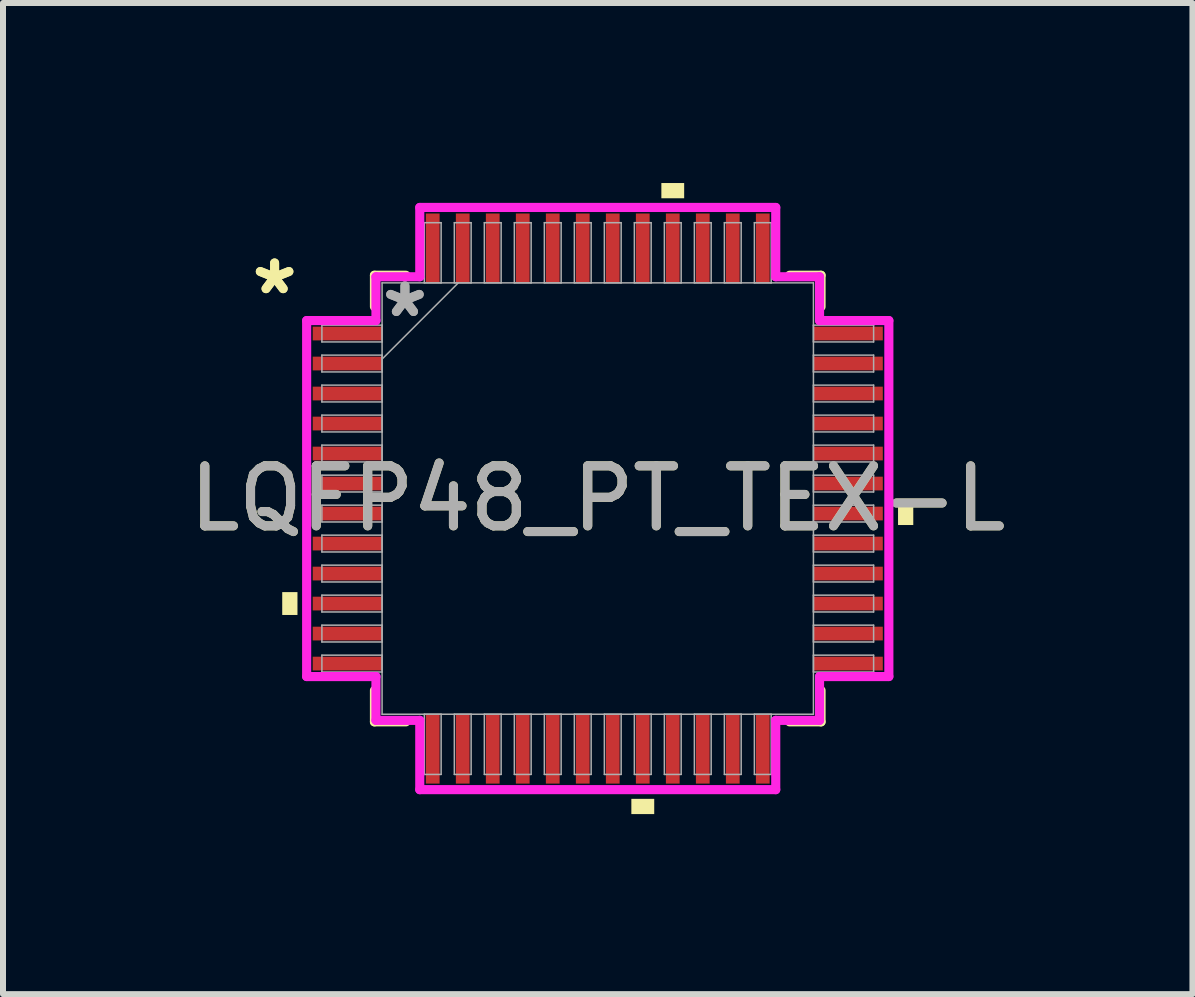
<source format=kicad_pcb>
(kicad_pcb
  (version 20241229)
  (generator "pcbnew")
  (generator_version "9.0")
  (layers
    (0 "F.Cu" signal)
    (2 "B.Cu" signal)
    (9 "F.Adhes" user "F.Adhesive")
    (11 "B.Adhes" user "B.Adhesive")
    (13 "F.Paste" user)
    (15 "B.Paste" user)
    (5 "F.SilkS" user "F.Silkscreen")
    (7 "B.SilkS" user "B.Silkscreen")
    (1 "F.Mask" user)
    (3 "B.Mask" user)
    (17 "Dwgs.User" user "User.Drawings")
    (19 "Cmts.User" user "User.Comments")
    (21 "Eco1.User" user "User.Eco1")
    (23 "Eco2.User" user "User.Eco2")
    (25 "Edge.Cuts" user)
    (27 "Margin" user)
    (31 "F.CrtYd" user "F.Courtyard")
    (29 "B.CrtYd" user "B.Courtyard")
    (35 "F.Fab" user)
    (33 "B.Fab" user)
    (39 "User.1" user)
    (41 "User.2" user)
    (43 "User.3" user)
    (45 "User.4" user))
  (footprint "LQFP48_PT_TEX-L"
    (layer "F.Cu")
    (at 6.911 5.258)
    (property "Reference" "LQFP48_PT_TEX-L" (at 0 0 0) (unlocked yes) (layer "F.SilkS") (effects (font (size 1 1) (thickness 0.15))))
    (attr smd)
    (fp_line (start -3.721 -3.721) (end -3.721 -3.197) (stroke (width 0.152) (type solid)) (layer "F.SilkS"))
    (fp_line (start -3.721 3.197) (end -3.721 3.721) (stroke (width 0.152) (type solid)) (layer "F.SilkS"))
    (fp_line (start -3.721 3.721) (end -3.197 3.721) (stroke (width 0.152) (type solid)) (layer "F.SilkS"))
    (fp_line (start -3.197 -3.721) (end -3.721 -3.721) (stroke (width 0.152) (type solid)) (layer "F.SilkS"))
    (fp_line (start 3.197 3.721) (end 3.721 3.721) (stroke (width 0.152) (type solid)) (layer "F.SilkS"))
    (fp_line (start 3.721 -3.721) (end 3.197 -3.721) (stroke (width 0.152) (type solid)) (layer "F.SilkS"))
    (fp_line (start 3.721 -3.197) (end 3.721 -3.721) (stroke (width 0.152) (type solid)) (layer "F.SilkS"))
    (fp_line (start 3.721 3.721) (end 3.721 3.197) (stroke (width 0.152) (type solid)) (layer "F.SilkS"))
    (fp_poly (pts (xy -5.258 1.559) (xy -5.258 1.94) (xy -5.004 1.94) (xy -5.004 1.559)) (stroke (width 0) (type solid)) (fill yes) (layer "F.SilkS"))
    (fp_poly (pts (xy 0.56 5.004) (xy 0.56 5.258) (xy 0.941 5.258) (xy 0.941 5.004)) (stroke (width 0) (type solid)) (fill yes) (layer "F.SilkS"))
    (fp_poly (pts (xy 1.06 -5.004) (xy 1.06 -5.258) (xy 1.44 -5.258) (xy 1.44 -5.004)) (stroke (width 0) (type solid)) (fill yes) (layer "F.SilkS"))
    (fp_poly (pts (xy 5.258 0.059) (xy 5.258 0.441) (xy 5.004 0.441) (xy 5.004 0.059)) (stroke (width 0) (type solid)) (fill yes) (layer "F.SilkS"))
    (fp_line (start -4.851 -2.966) (end -3.696 -2.966) (stroke (width 0.152) (type solid)) (layer "F.CrtYd"))
    (fp_line (start -4.851 2.966) (end -4.851 -2.966) (stroke (width 0.152) (type solid)) (layer "F.CrtYd"))
    (fp_line (start -3.696 -3.696) (end -2.966 -3.696) (stroke (width 0.152) (type solid)) (layer "F.CrtYd"))
    (fp_line (start -3.696 -2.966) (end -3.696 -3.696) (stroke (width 0.152) (type solid)) (layer "F.CrtYd"))
    (fp_line (start -3.696 2.966) (end -4.851 2.966) (stroke (width 0.152) (type solid)) (layer "F.CrtYd"))
    (fp_line (start -3.696 3.696) (end -3.696 2.966) (stroke (width 0.152) (type solid)) (layer "F.CrtYd"))
    (fp_line (start -3.696 3.696) (end -2.966 3.696) (stroke (width 0.152) (type solid)) (layer "F.CrtYd"))
    (fp_line (start -2.966 -4.851) (end 2.966 -4.851) (stroke (width 0.152) (type solid)) (layer "F.CrtYd"))
    (fp_line (start -2.966 -3.696) (end -2.966 -4.851) (stroke (width 0.152) (type solid)) (layer "F.CrtYd"))
    (fp_line (start -2.966 3.696) (end -2.966 4.851) (stroke (width 0.152) (type solid)) (layer "F.CrtYd"))
    (fp_line (start -2.966 4.851) (end 2.966 4.851) (stroke (width 0.152) (type solid)) (layer "F.CrtYd"))
    (fp_line (start 2.966 -4.851) (end 2.966 -3.696) (stroke (width 0.152) (type solid)) (layer "F.CrtYd"))
    (fp_line (start 2.966 -3.696) (end 3.696 -3.696) (stroke (width 0.152) (type solid)) (layer "F.CrtYd"))
    (fp_line (start 2.966 3.696) (end 3.696 3.696) (stroke (width 0.152) (type solid)) (layer "F.CrtYd"))
    (fp_line (start 2.966 4.851) (end 2.966 3.696) (stroke (width 0.152) (type solid)) (layer "F.CrtYd"))
    (fp_line (start 3.696 -2.966) (end 3.696 -3.696) (stroke (width 0.152) (type solid)) (layer "F.CrtYd"))
    (fp_line (start 3.696 2.966) (end 4.851 2.966) (stroke (width 0.152) (type solid)) (layer "F.CrtYd"))
    (fp_line (start 3.696 3.696) (end 3.696 2.966) (stroke (width 0.152) (type solid)) (layer "F.CrtYd"))
    (fp_line (start 4.851 -2.966) (end 3.696 -2.966) (stroke (width 0.152) (type solid)) (layer "F.CrtYd"))
    (fp_line (start 4.851 2.966) (end 4.851 -2.966) (stroke (width 0.152) (type solid)) (layer "F.CrtYd"))
    (fp_line (start -4.597 -2.89) (end -4.597 -2.61) (stroke (width 0.025) (type solid)) (layer "F.Fab"))
    (fp_line (start -4.597 -2.61) (end -3.594 -2.61) (stroke (width 0.025) (type solid)) (layer "F.Fab"))
    (fp_line (start -4.597 -2.39) (end -4.597 -2.11) (stroke (width 0.025) (type solid)) (layer "F.Fab"))
    (fp_line (start -4.597 -2.11) (end -3.594 -2.11) (stroke (width 0.025) (type solid)) (layer "F.Fab"))
    (fp_line (start -4.597 -1.89) (end -4.597 -1.61) (stroke (width 0.025) (type solid)) (layer "F.Fab"))
    (fp_line (start -4.597 -1.61) (end -3.594 -1.61) (stroke (width 0.025) (type solid)) (layer "F.Fab"))
    (fp_line (start -4.597 -1.39) (end -4.597 -1.11) (stroke (width 0.025) (type solid)) (layer "F.Fab"))
    (fp_line (start -4.597 -1.11) (end -3.594 -1.11) (stroke (width 0.025) (type solid)) (layer "F.Fab"))
    (fp_line (start -4.597 -0.89) (end -4.597 -0.61) (stroke (width 0.025) (type solid)) (layer "F.Fab"))
    (fp_line (start -4.597 -0.61) (end -3.594 -0.61) (stroke (width 0.025) (type solid)) (layer "F.Fab"))
    (fp_line (start -4.597 -0.39) (end -4.597 -0.11) (stroke (width 0.025) (type solid)) (layer "F.Fab"))
    (fp_line (start -4.597 -0.11) (end -3.594 -0.11) (stroke (width 0.025) (type solid)) (layer "F.Fab"))
    (fp_line (start -4.597 0.11) (end -4.597 0.39) (stroke (width 0.025) (type solid)) (layer "F.Fab"))
    (fp_line (start -4.597 0.39) (end -3.594 0.39) (stroke (width 0.025) (type solid)) (layer "F.Fab"))
    (fp_line (start -4.597 0.61) (end -4.597 0.89) (stroke (width 0.025) (type solid)) (layer "F.Fab"))
    (fp_line (start -4.597 0.89) (end -3.594 0.89) (stroke (width 0.025) (type solid)) (layer "F.Fab"))
    (fp_line (start -4.597 1.11) (end -4.597 1.39) (stroke (width 0.025) (type solid)) (layer "F.Fab"))
    (fp_line (start -4.597 1.39) (end -3.594 1.39) (stroke (width 0.025) (type solid)) (layer "F.Fab"))
    (fp_line (start -4.597 1.61) (end -4.597 1.89) (stroke (width 0.025) (type solid)) (layer "F.Fab"))
    (fp_line (start -4.597 1.89) (end -3.594 1.89) (stroke (width 0.025) (type solid)) (layer "F.Fab"))
    (fp_line (start -4.597 2.11) (end -4.597 2.39) (stroke (width 0.025) (type solid)) (layer "F.Fab"))
    (fp_line (start -4.597 2.39) (end -3.594 2.39) (stroke (width 0.025) (type solid)) (layer "F.Fab"))
    (fp_line (start -4.597 2.61) (end -4.597 2.89) (stroke (width 0.025) (type solid)) (layer "F.Fab"))
    (fp_line (start -4.597 2.89) (end -3.594 2.89) (stroke (width 0.025) (type solid)) (layer "F.Fab"))
    (fp_line (start -3.594 -3.594) (end -3.594 3.594) (stroke (width 0.025) (type solid)) (layer "F.Fab"))
    (fp_line (start -3.594 -2.89) (end -4.597 -2.89) (stroke (width 0.025) (type solid)) (layer "F.Fab"))
    (fp_line (start -3.594 -2.61) (end -3.594 -2.89) (stroke (width 0.025) (type solid)) (layer "F.Fab"))
    (fp_line (start -3.594 -2.39) (end -4.597 -2.39) (stroke (width 0.025) (type solid)) (layer "F.Fab"))
    (fp_line (start -3.594 -2.324) (end -2.324 -3.594) (stroke (width 0.025) (type solid)) (layer "F.Fab"))
    (fp_line (start -3.594 -2.11) (end -3.594 -2.39) (stroke (width 0.025) (type solid)) (layer "F.Fab"))
    (fp_line (start -3.594 -1.89) (end -4.597 -1.89) (stroke (width 0.025) (type solid)) (layer "F.Fab"))
    (fp_line (start -3.594 -1.61) (end -3.594 -1.89) (stroke (width 0.025) (type solid)) (layer "F.Fab"))
    (fp_line (start -3.594 -1.39) (end -4.597 -1.39) (stroke (width 0.025) (type solid)) (layer "F.Fab"))
    (fp_line (start -3.594 -1.11) (end -3.594 -1.39) (stroke (width 0.025) (type solid)) (layer "F.Fab"))
    (fp_line (start -3.594 -0.89) (end -4.597 -0.89) (stroke (width 0.025) (type solid)) (layer "F.Fab"))
    (fp_line (start -3.594 -0.61) (end -3.594 -0.89) (stroke (width 0.025) (type solid)) (layer "F.Fab"))
    (fp_line (start -3.594 -0.39) (end -4.597 -0.39) (stroke (width 0.025) (type solid)) (layer "F.Fab"))
    (fp_line (start -3.594 -0.11) (end -3.594 -0.39) (stroke (width 0.025) (type solid)) (layer "F.Fab"))
    (fp_line (start -3.594 0.11) (end -4.597 0.11) (stroke (width 0.025) (type solid)) (layer "F.Fab"))
    (fp_line (start -3.594 0.39) (end -3.594 0.11) (stroke (width 0.025) (type solid)) (layer "F.Fab"))
    (fp_line (start -3.594 0.61) (end -4.597 0.61) (stroke (width 0.025) (type solid)) (layer "F.Fab"))
    (fp_line (start -3.594 0.89) (end -3.594 0.61) (stroke (width 0.025) (type solid)) (layer "F.Fab"))
    (fp_line (start -3.594 1.11) (end -4.597 1.11) (stroke (width 0.025) (type solid)) (layer "F.Fab"))
    (fp_line (start -3.594 1.39) (end -3.594 1.11) (stroke (width 0.025) (type solid)) (layer "F.Fab"))
    (fp_line (start -3.594 1.61) (end -4.597 1.61) (stroke (width 0.025) (type solid)) (layer "F.Fab"))
    (fp_line (start -3.594 1.89) (end -3.594 1.61) (stroke (width 0.025) (type solid)) (layer "F.Fab"))
    (fp_line (start -3.594 2.11) (end -4.597 2.11) (stroke (width 0.025) (type solid)) (layer "F.Fab"))
    (fp_line (start -3.594 2.39) (end -3.594 2.11) (stroke (width 0.025) (type solid)) (layer "F.Fab"))
    (fp_line (start -3.594 2.61) (end -4.597 2.61) (stroke (width 0.025) (type solid)) (layer "F.Fab"))
    (fp_line (start -3.594 2.89) (end -3.594 2.61) (stroke (width 0.025) (type solid)) (layer "F.Fab"))
    (fp_line (start -3.594 3.594) (end 3.594 3.594) (stroke (width 0.025) (type solid)) (layer "F.Fab"))
    (fp_line (start -2.89 -4.597) (end -2.89 -3.594) (stroke (width 0.025) (type solid)) (layer "F.Fab"))
    (fp_line (start -2.89 -3.594) (end -2.61 -3.594) (stroke (width 0.025) (type solid)) (layer "F.Fab"))
    (fp_line (start -2.89 3.594) (end -2.89 4.597) (stroke (width 0.025) (type solid)) (layer "F.Fab"))
    (fp_line (start -2.89 4.597) (end -2.61 4.597) (stroke (width 0.025) (type solid)) (layer "F.Fab"))
    (fp_line (start -2.61 -4.597) (end -2.89 -4.597) (stroke (width 0.025) (type solid)) (layer "F.Fab"))
    (fp_line (start -2.61 -3.594) (end -2.61 -4.597) (stroke (width 0.025) (type solid)) (layer "F.Fab"))
    (fp_line (start -2.61 3.594) (end -2.89 3.594) (stroke (width 0.025) (type solid)) (layer "F.Fab"))
    (fp_line (start -2.61 4.597) (end -2.61 3.594) (stroke (width 0.025) (type solid)) (layer "F.Fab"))
    (fp_line (start -2.39 -4.597) (end -2.39 -3.594) (stroke (width 0.025) (type solid)) (layer "F.Fab"))
    (fp_line (start -2.39 -3.594) (end -2.11 -3.594) (stroke (width 0.025) (type solid)) (layer "F.Fab"))
    (fp_line (start -2.39 3.594) (end -2.39 4.597) (stroke (width 0.025) (type solid)) (layer "F.Fab"))
    (fp_line (start -2.39 4.597) (end -2.11 4.597) (stroke (width 0.025) (type solid)) (layer "F.Fab"))
    (fp_line (start -2.11 -4.597) (end -2.39 -4.597) (stroke (width 0.025) (type solid)) (layer "F.Fab"))
    (fp_line (start -2.11 -3.594) (end -2.11 -4.597) (stroke (width 0.025) (type solid)) (layer "F.Fab"))
    (fp_line (start -2.11 3.594) (end -2.39 3.594) (stroke (width 0.025) (type solid)) (layer "F.Fab"))
    (fp_line (start -2.11 4.597) (end -2.11 3.594) (stroke (width 0.025) (type solid)) (layer "F.Fab"))
    (fp_line (start -1.89 -4.597) (end -1.89 -3.594) (stroke (width 0.025) (type solid)) (layer "F.Fab"))
    (fp_line (start -1.89 -3.594) (end -1.61 -3.594) (stroke (width 0.025) (type solid)) (layer "F.Fab"))
    (fp_line (start -1.89 3.594) (end -1.89 4.597) (stroke (width 0.025) (type solid)) (layer "F.Fab"))
    (fp_line (start -1.89 4.597) (end -1.61 4.597) (stroke (width 0.025) (type solid)) (layer "F.Fab"))
    (fp_line (start -1.61 -4.597) (end -1.89 -4.597) (stroke (width 0.025) (type solid)) (layer "F.Fab"))
    (fp_line (start -1.61 -3.594) (end -1.61 -4.597) (stroke (width 0.025) (type solid)) (layer "F.Fab"))
    (fp_line (start -1.61 3.594) (end -1.89 3.594) (stroke (width 0.025) (type solid)) (layer "F.Fab"))
    (fp_line (start -1.61 4.597) (end -1.61 3.594) (stroke (width 0.025) (type solid)) (layer "F.Fab"))
    (fp_line (start -1.39 -4.597) (end -1.39 -3.594) (stroke (width 0.025) (type solid)) (layer "F.Fab"))
    (fp_line (start -1.39 -3.594) (end -1.11 -3.594) (stroke (width 0.025) (type solid)) (layer "F.Fab"))
    (fp_line (start -1.39 3.594) (end -1.39 4.597) (stroke (width 0.025) (type solid)) (layer "F.Fab"))
    (fp_line (start -1.39 4.597) (end -1.11 4.597) (stroke (width 0.025) (type solid)) (layer "F.Fab"))
    (fp_line (start -1.11 -4.597) (end -1.39 -4.597) (stroke (width 0.025) (type solid)) (layer "F.Fab"))
    (fp_line (start -1.11 -3.594) (end -1.11 -4.597) (stroke (width 0.025) (type solid)) (layer "F.Fab"))
    (fp_line (start -1.11 3.594) (end -1.39 3.594) (stroke (width 0.025) (type solid)) (layer "F.Fab"))
    (fp_line (start -1.11 4.597) (end -1.11 3.594) (stroke (width 0.025) (type solid)) (layer "F.Fab"))
    (fp_line (start -0.89 -4.597) (end -0.89 -3.594) (stroke (width 0.025) (type solid)) (layer "F.Fab"))
    (fp_line (start -0.89 -3.594) (end -0.61 -3.594) (stroke (width 0.025) (type solid)) (layer "F.Fab"))
    (fp_line (start -0.89 3.594) (end -0.89 4.597) (stroke (width 0.025) (type solid)) (layer "F.Fab"))
    (fp_line (start -0.89 4.597) (end -0.61 4.597) (stroke (width 0.025) (type solid)) (layer "F.Fab"))
    (fp_line (start -0.61 -4.597) (end -0.89 -4.597) (stroke (width 0.025) (type solid)) (layer "F.Fab"))
    (fp_line (start -0.61 -3.594) (end -0.61 -4.597) (stroke (width 0.025) (type solid)) (layer "F.Fab"))
    (fp_line (start -0.61 3.594) (end -0.89 3.594) (stroke (width 0.025) (type solid)) (layer "F.Fab"))
    (fp_line (start -0.61 4.597) (end -0.61 3.594) (stroke (width 0.025) (type solid)) (layer "F.Fab"))
    (fp_line (start -0.39 -4.597) (end -0.39 -3.594) (stroke (width 0.025) (type solid)) (layer "F.Fab"))
    (fp_line (start -0.39 -3.594) (end -0.11 -3.594) (stroke (width 0.025) (type solid)) (layer "F.Fab"))
    (fp_line (start -0.39 3.594) (end -0.39 4.597) (stroke (width 0.025) (type solid)) (layer "F.Fab"))
    (fp_line (start -0.39 4.597) (end -0.11 4.597) (stroke (width 0.025) (type solid)) (layer "F.Fab"))
    (fp_line (start -0.11 -4.597) (end -0.39 -4.597) (stroke (width 0.025) (type solid)) (layer "F.Fab"))
    (fp_line (start -0.11 -3.594) (end -0.11 -4.597) (stroke (width 0.025) (type solid)) (layer "F.Fab"))
    (fp_line (start -0.11 3.594) (end -0.39 3.594) (stroke (width 0.025) (type solid)) (layer "F.Fab"))
    (fp_line (start -0.11 4.597) (end -0.11 3.594) (stroke (width 0.025) (type solid)) (layer "F.Fab"))
    (fp_line (start 0.11 -4.597) (end 0.11 -3.594) (stroke (width 0.025) (type solid)) (layer "F.Fab"))
    (fp_line (start 0.11 -3.594) (end 0.39 -3.594) (stroke (width 0.025) (type solid)) (layer "F.Fab"))
    (fp_line (start 0.11 3.594) (end 0.11 4.597) (stroke (width 0.025) (type solid)) (layer "F.Fab"))
    (fp_line (start 0.11 4.597) (end 0.39 4.597) (stroke (width 0.025) (type solid)) (layer "F.Fab"))
    (fp_line (start 0.39 -4.597) (end 0.11 -4.597) (stroke (width 0.025) (type solid)) (layer "F.Fab"))
    (fp_line (start 0.39 -3.594) (end 0.39 -4.597) (stroke (width 0.025) (type solid)) (layer "F.Fab"))
    (fp_line (start 0.39 3.594) (end 0.11 3.594) (stroke (width 0.025) (type solid)) (layer "F.Fab"))
    (fp_line (start 0.39 4.597) (end 0.39 3.594) (stroke (width 0.025) (type solid)) (layer "F.Fab"))
    (fp_line (start 0.61 -4.597) (end 0.61 -3.594) (stroke (width 0.025) (type solid)) (layer "F.Fab"))
    (fp_line (start 0.61 -3.594) (end 0.89 -3.594) (stroke (width 0.025) (type solid)) (layer "F.Fab"))
    (fp_line (start 0.61 3.594) (end 0.61 4.597) (stroke (width 0.025) (type solid)) (layer "F.Fab"))
    (fp_line (start 0.61 4.597) (end 0.89 4.597) (stroke (width 0.025) (type solid)) (layer "F.Fab"))
    (fp_line (start 0.89 -4.597) (end 0.61 -4.597) (stroke (width 0.025) (type solid)) (layer "F.Fab"))
    (fp_line (start 0.89 -3.594) (end 0.89 -4.597) (stroke (width 0.025) (type solid)) (layer "F.Fab"))
    (fp_line (start 0.89 3.594) (end 0.61 3.594) (stroke (width 0.025) (type solid)) (layer "F.Fab"))
    (fp_line (start 0.89 4.597) (end 0.89 3.594) (stroke (width 0.025) (type solid)) (layer "F.Fab"))
    (fp_line (start 1.11 -4.597) (end 1.11 -3.594) (stroke (width 0.025) (type solid)) (layer "F.Fab"))
    (fp_line (start 1.11 -3.594) (end 1.39 -3.594) (stroke (width 0.025) (type solid)) (layer "F.Fab"))
    (fp_line (start 1.11 3.594) (end 1.11 4.597) (stroke (width 0.025) (type solid)) (layer "F.Fab"))
    (fp_line (start 1.11 4.597) (end 1.39 4.597) (stroke (width 0.025) (type solid)) (layer "F.Fab"))
    (fp_line (start 1.39 -4.597) (end 1.11 -4.597) (stroke (width 0.025) (type solid)) (layer "F.Fab"))
    (fp_line (start 1.39 -3.594) (end 1.39 -4.597) (stroke (width 0.025) (type solid)) (layer "F.Fab"))
    (fp_line (start 1.39 3.594) (end 1.11 3.594) (stroke (width 0.025) (type solid)) (layer "F.Fab"))
    (fp_line (start 1.39 4.597) (end 1.39 3.594) (stroke (width 0.025) (type solid)) (layer "F.Fab"))
    (fp_line (start 1.61 -4.597) (end 1.61 -3.594) (stroke (width 0.025) (type solid)) (layer "F.Fab"))
    (fp_line (start 1.61 -3.594) (end 1.89 -3.594) (stroke (width 0.025) (type solid)) (layer "F.Fab"))
    (fp_line (start 1.61 3.594) (end 1.61 4.597) (stroke (width 0.025) (type solid)) (layer "F.Fab"))
    (fp_line (start 1.61 4.597) (end 1.89 4.597) (stroke (width 0.025) (type solid)) (layer "F.Fab"))
    (fp_line (start 1.89 -4.597) (end 1.61 -4.597) (stroke (width 0.025) (type solid)) (layer "F.Fab"))
    (fp_line (start 1.89 -3.594) (end 1.89 -4.597) (stroke (width 0.025) (type solid)) (layer "F.Fab"))
    (fp_line (start 1.89 3.594) (end 1.61 3.594) (stroke (width 0.025) (type solid)) (layer "F.Fab"))
    (fp_line (start 1.89 4.597) (end 1.89 3.594) (stroke (width 0.025) (type solid)) (layer "F.Fab"))
    (fp_line (start 2.11 -4.597) (end 2.11 -3.594) (stroke (width 0.025) (type solid)) (layer "F.Fab"))
    (fp_line (start 2.11 -3.594) (end 2.39 -3.594) (stroke (width 0.025) (type solid)) (layer "F.Fab"))
    (fp_line (start 2.11 3.594) (end 2.11 4.597) (stroke (width 0.025) (type solid)) (layer "F.Fab"))
    (fp_line (start 2.11 4.597) (end 2.39 4.597) (stroke (width 0.025) (type solid)) (layer "F.Fab"))
    (fp_line (start 2.39 -4.597) (end 2.11 -4.597) (stroke (width 0.025) (type solid)) (layer "F.Fab"))
    (fp_line (start 2.39 -3.594) (end 2.39 -4.597) (stroke (width 0.025) (type solid)) (layer "F.Fab"))
    (fp_line (start 2.39 3.594) (end 2.11 3.594) (stroke (width 0.025) (type solid)) (layer "F.Fab"))
    (fp_line (start 2.39 4.597) (end 2.39 3.594) (stroke (width 0.025) (type solid)) (layer "F.Fab"))
    (fp_line (start 2.61 -4.597) (end 2.61 -3.594) (stroke (width 0.025) (type solid)) (layer "F.Fab"))
    (fp_line (start 2.61 -3.594) (end 2.89 -3.594) (stroke (width 0.025) (type solid)) (layer "F.Fab"))
    (fp_line (start 2.61 3.594) (end 2.61 4.597) (stroke (width 0.025) (type solid)) (layer "F.Fab"))
    (fp_line (start 2.61 4.597) (end 2.89 4.597) (stroke (width 0.025) (type solid)) (layer "F.Fab"))
    (fp_line (start 2.89 -4.597) (end 2.61 -4.597) (stroke (width 0.025) (type solid)) (layer "F.Fab"))
    (fp_line (start 2.89 -3.594) (end 2.89 -4.597) (stroke (width 0.025) (type solid)) (layer "F.Fab"))
    (fp_line (start 2.89 3.594) (end 2.61 3.594) (stroke (width 0.025) (type solid)) (layer "F.Fab"))
    (fp_line (start 2.89 4.597) (end 2.89 3.594) (stroke (width 0.025) (type solid)) (layer "F.Fab"))
    (fp_line (start 3.594 -3.594) (end -3.594 -3.594) (stroke (width 0.025) (type solid)) (layer "F.Fab"))
    (fp_line (start 3.594 -2.89) (end 3.594 -2.61) (stroke (width 0.025) (type solid)) (layer "F.Fab"))
    (fp_line (start 3.594 -2.61) (end 4.597 -2.61) (stroke (width 0.025) (type solid)) (layer "F.Fab"))
    (fp_line (start 3.594 -2.39) (end 3.594 -2.11) (stroke (width 0.025) (type solid)) (layer "F.Fab"))
    (fp_line (start 3.594 -2.11) (end 4.597 -2.11) (stroke (width 0.025) (type solid)) (layer "F.Fab"))
    (fp_line (start 3.594 -1.89) (end 3.594 -1.61) (stroke (width 0.025) (type solid)) (layer "F.Fab"))
    (fp_line (start 3.594 -1.61) (end 4.597 -1.61) (stroke (width 0.025) (type solid)) (layer "F.Fab"))
    (fp_line (start 3.594 -1.39) (end 3.594 -1.11) (stroke (width 0.025) (type solid)) (layer "F.Fab"))
    (fp_line (start 3.594 -1.11) (end 4.597 -1.11) (stroke (width 0.025) (type solid)) (layer "F.Fab"))
    (fp_line (start 3.594 -0.89) (end 3.594 -0.61) (stroke (width 0.025) (type solid)) (layer "F.Fab"))
    (fp_line (start 3.594 -0.61) (end 4.597 -0.61) (stroke (width 0.025) (type solid)) (layer "F.Fab"))
    (fp_line (start 3.594 -0.39) (end 3.594 -0.11) (stroke (width 0.025) (type solid)) (layer "F.Fab"))
    (fp_line (start 3.594 -0.11) (end 4.597 -0.11) (stroke (width 0.025) (type solid)) (layer "F.Fab"))
    (fp_line (start 3.594 0.11) (end 3.594 0.39) (stroke (width 0.025) (type solid)) (layer "F.Fab"))
    (fp_line (start 3.594 0.39) (end 4.597 0.39) (stroke (width 0.025) (type solid)) (layer "F.Fab"))
    (fp_line (start 3.594 0.61) (end 3.594 0.89) (stroke (width 0.025) (type solid)) (layer "F.Fab"))
    (fp_line (start 3.594 0.89) (end 4.597 0.89) (stroke (width 0.025) (type solid)) (layer "F.Fab"))
    (fp_line (start 3.594 1.11) (end 3.594 1.39) (stroke (width 0.025) (type solid)) (layer "F.Fab"))
    (fp_line (start 3.594 1.39) (end 4.597 1.39) (stroke (width 0.025) (type solid)) (layer "F.Fab"))
    (fp_line (start 3.594 1.61) (end 3.594 1.89) (stroke (width 0.025) (type solid)) (layer "F.Fab"))
    (fp_line (start 3.594 1.89) (end 4.597 1.89) (stroke (width 0.025) (type solid)) (layer "F.Fab"))
    (fp_line (start 3.594 2.11) (end 3.594 2.39) (stroke (width 0.025) (type solid)) (layer "F.Fab"))
    (fp_line (start 3.594 2.39) (end 4.597 2.39) (stroke (width 0.025) (type solid)) (layer "F.Fab"))
    (fp_line (start 3.594 2.61) (end 3.594 2.89) (stroke (width 0.025) (type solid)) (layer "F.Fab"))
    (fp_line (start 3.594 2.89) (end 4.597 2.89) (stroke (width 0.025) (type solid)) (layer "F.Fab"))
    (fp_line (start 3.594 3.594) (end 3.594 -3.594) (stroke (width 0.025) (type solid)) (layer "F.Fab"))
    (fp_line (start 4.597 -2.89) (end 3.594 -2.89) (stroke (width 0.025) (type solid)) (layer "F.Fab"))
    (fp_line (start 4.597 -2.61) (end 4.597 -2.89) (stroke (width 0.025) (type solid)) (layer "F.Fab"))
    (fp_line (start 4.597 -2.39) (end 3.594 -2.39) (stroke (width 0.025) (type solid)) (layer "F.Fab"))
    (fp_line (start 4.597 -2.11) (end 4.597 -2.39) (stroke (width 0.025) (type solid)) (layer "F.Fab"))
    (fp_line (start 4.597 -1.89) (end 3.594 -1.89) (stroke (width 0.025) (type solid)) (layer "F.Fab"))
    (fp_line (start 4.597 -1.61) (end 4.597 -1.89) (stroke (width 0.025) (type solid)) (layer "F.Fab"))
    (fp_line (start 4.597 -1.39) (end 3.594 -1.39) (stroke (width 0.025) (type solid)) (layer "F.Fab"))
    (fp_line (start 4.597 -1.11) (end 4.597 -1.39) (stroke (width 0.025) (type solid)) (layer "F.Fab"))
    (fp_line (start 4.597 -0.89) (end 3.594 -0.89) (stroke (width 0.025) (type solid)) (layer "F.Fab"))
    (fp_line (start 4.597 -0.61) (end 4.597 -0.89) (stroke (width 0.025) (type solid)) (layer "F.Fab"))
    (fp_line (start 4.597 -0.39) (end 3.594 -0.39) (stroke (width 0.025) (type solid)) (layer "F.Fab"))
    (fp_line (start 4.597 -0.11) (end 4.597 -0.39) (stroke (width 0.025) (type solid)) (layer "F.Fab"))
    (fp_line (start 4.597 0.11) (end 3.594 0.11) (stroke (width 0.025) (type solid)) (layer "F.Fab"))
    (fp_line (start 4.597 0.39) (end 4.597 0.11) (stroke (width 0.025) (type solid)) (layer "F.Fab"))
    (fp_line (start 4.597 0.61) (end 3.594 0.61) (stroke (width 0.025) (type solid)) (layer "F.Fab"))
    (fp_line (start 4.597 0.89) (end 4.597 0.61) (stroke (width 0.025) (type solid)) (layer "F.Fab"))
    (fp_line (start 4.597 1.11) (end 3.594 1.11) (stroke (width 0.025) (type solid)) (layer "F.Fab"))
    (fp_line (start 4.597 1.39) (end 4.597 1.11) (stroke (width 0.025) (type solid)) (layer "F.Fab"))
    (fp_line (start 4.597 1.61) (end 3.594 1.61) (stroke (width 0.025) (type solid)) (layer "F.Fab"))
    (fp_line (start 4.597 1.89) (end 4.597 1.61) (stroke (width 0.025) (type solid)) (layer "F.Fab"))
    (fp_line (start 4.597 2.11) (end 3.594 2.11) (stroke (width 0.025) (type solid)) (layer "F.Fab"))
    (fp_line (start 4.597 2.39) (end 4.597 2.11) (stroke (width 0.025) (type solid)) (layer "F.Fab"))
    (fp_line (start 4.597 2.61) (end 3.594 2.61) (stroke (width 0.025) (type solid)) (layer "F.Fab"))
    (fp_line (start 4.597 2.89) (end 4.597 2.61) (stroke (width 0.025) (type solid)) (layer "F.Fab"))
    (fp_text user "*" (at -5.385 -3.381 0) (layer "F.SilkS") (effects (font (size 1 1) (thickness 0.15))))
    (fp_text user "*" (at -5.385 -3.381 0) (unlocked yes) (layer "F.SilkS") (effects (font (size 1 1) (thickness 0.15))))
    (fp_text user "*" (at -3.213 -3 0) (unlocked yes) (layer "F.Fab") (effects (font (size 1 1) (thickness 0.15))))
    (fp_text user "*" (at -3.213 -3 0) (layer "F.Fab") (effects (font (size 1 1) (thickness 0.15))))
    (fp_text user "${REFERENCE}" (at 0 0 0) (unlocked yes) (layer "F.Fab") (effects (font (size 1 1) (thickness 0.15))))
    (pad "1" smd rect (at -4.172 -2.75 90) (size 0.229 1.156) (layers "F.Cu" "F.Mask" "F.Paste"))
    (pad "2" smd rect (at -4.172 -2.25 90) (size 0.229 1.156) (layers "F.Cu" "F.Mask" "F.Paste"))
    (pad "3" smd rect (at -4.172 -1.75 90) (size 0.229 1.156) (layers "F.Cu" "F.Mask" "F.Paste"))
    (pad "4" smd rect (at -4.172 -1.25 90) (size 0.229 1.156) (layers "F.Cu" "F.Mask" "F.Paste"))
    (pad "5" smd rect (at -4.172 -0.75 90) (size 0.229 1.156) (layers "F.Cu" "F.Mask" "F.Paste"))
    (pad "6" smd rect (at -4.172 -0.25 90) (size 0.229 1.156) (layers "F.Cu" "F.Mask" "F.Paste"))
    (pad "7" smd rect (at -4.172 0.25 90) (size 0.229 1.156) (layers "F.Cu" "F.Mask" "F.Paste"))
    (pad "8" smd rect (at -4.172 0.75 90) (size 0.229 1.156) (layers "F.Cu" "F.Mask" "F.Paste"))
    (pad "9" smd rect (at -4.172 1.25 90) (size 0.229 1.156) (layers "F.Cu" "F.Mask" "F.Paste"))
    (pad "10" smd rect (at -4.172 1.75 90) (size 0.229 1.156) (layers "F.Cu" "F.Mask" "F.Paste"))
    (pad "11" smd rect (at -4.172 2.25 90) (size 0.229 1.156) (layers "F.Cu" "F.Mask" "F.Paste"))
    (pad "12" smd rect (at -4.172 2.75 90) (size 0.229 1.156) (layers "F.Cu" "F.Mask" "F.Paste"))
    (pad "13" smd rect (at -2.75 4.172) (size 0.229 1.156) (layers "F.Cu" "F.Mask" "F.Paste"))
    (pad "14" smd rect (at -2.25 4.172) (size 0.229 1.156) (layers "F.Cu" "F.Mask" "F.Paste"))
    (pad "15" smd rect (at -1.75 4.172) (size 0.229 1.156) (layers "F.Cu" "F.Mask" "F.Paste"))
    (pad "16" smd rect (at -1.25 4.172) (size 0.229 1.156) (layers "F.Cu" "F.Mask" "F.Paste"))
    (pad "17" smd rect (at -0.75 4.172) (size 0.229 1.156) (layers "F.Cu" "F.Mask" "F.Paste"))
    (pad "18" smd rect (at -0.25 4.172) (size 0.229 1.156) (layers "F.Cu" "F.Mask" "F.Paste"))
    (pad "19" smd rect (at 0.25 4.172) (size 0.229 1.156) (layers "F.Cu" "F.Mask" "F.Paste"))
    (pad "20" smd rect (at 0.75 4.172) (size 0.229 1.156) (layers "F.Cu" "F.Mask" "F.Paste"))
    (pad "21" smd rect (at 1.25 4.172) (size 0.229 1.156) (layers "F.Cu" "F.Mask" "F.Paste"))
    (pad "22" smd rect (at 1.75 4.172) (size 0.229 1.156) (layers "F.Cu" "F.Mask" "F.Paste"))
    (pad "23" smd rect (at 2.25 4.172) (size 0.229 1.156) (layers "F.Cu" "F.Mask" "F.Paste"))
    (pad "24" smd rect (at 2.75 4.172) (size 0.229 1.156) (layers "F.Cu" "F.Mask" "F.Paste"))
    (pad "25" smd rect (at 4.172 2.75 90) (size 0.229 1.156) (layers "F.Cu" "F.Mask" "F.Paste"))
    (pad "26" smd rect (at 4.172 2.25 90) (size 0.229 1.156) (layers "F.Cu" "F.Mask" "F.Paste"))
    (pad "27" smd rect (at 4.172 1.75 90) (size 0.229 1.156) (layers "F.Cu" "F.Mask" "F.Paste"))
    (pad "28" smd rect (at 4.172 1.25 90) (size 0.229 1.156) (layers "F.Cu" "F.Mask" "F.Paste"))
    (pad "29" smd rect (at 4.172 0.75 90) (size 0.229 1.156) (layers "F.Cu" "F.Mask" "F.Paste"))
    (pad "30" smd rect (at 4.172 0.25 90) (size 0.229 1.156) (layers "F.Cu" "F.Mask" "F.Paste"))
    (pad "31" smd rect (at 4.172 -0.25 90) (size 0.229 1.156) (layers "F.Cu" "F.Mask" "F.Paste"))
    (pad "32" smd rect (at 4.172 -0.75 90) (size 0.229 1.156) (layers "F.Cu" "F.Mask" "F.Paste"))
    (pad "33" smd rect (at 4.172 -1.25 90) (size 0.229 1.156) (layers "F.Cu" "F.Mask" "F.Paste"))
    (pad "34" smd rect (at 4.172 -1.75 90) (size 0.229 1.156) (layers "F.Cu" "F.Mask" "F.Paste"))
    (pad "35" smd rect (at 4.172 -2.25 90) (size 0.229 1.156) (layers "F.Cu" "F.Mask" "F.Paste"))
    (pad "36" smd rect (at 4.172 -2.75 90) (size 0.229 1.156) (layers "F.Cu" "F.Mask" "F.Paste"))
    (pad "37" smd rect (at 2.75 -4.172) (size 0.229 1.156) (layers "F.Cu" "F.Mask" "F.Paste"))
    (pad "38" smd rect (at 2.25 -4.172) (size 0.229 1.156) (layers "F.Cu" "F.Mask" "F.Paste"))
    (pad "39" smd rect (at 1.75 -4.172) (size 0.229 1.156) (layers "F.Cu" "F.Mask" "F.Paste"))
    (pad "40" smd rect (at 1.25 -4.172) (size 0.229 1.156) (layers "F.Cu" "F.Mask" "F.Paste"))
    (pad "41" smd rect (at 0.75 -4.172) (size 0.229 1.156) (layers "F.Cu" "F.Mask" "F.Paste"))
    (pad "42" smd rect (at 0.25 -4.172) (size 0.229 1.156) (layers "F.Cu" "F.Mask" "F.Paste"))
    (pad "43" smd rect (at -0.25 -4.172) (size 0.229 1.156) (layers "F.Cu" "F.Mask" "F.Paste"))
    (pad "44" smd rect (at -0.75 -4.172) (size 0.229 1.156) (layers "F.Cu" "F.Mask" "F.Paste"))
    (pad "45" smd rect (at -1.25 -4.172) (size 0.229 1.156) (layers "F.Cu" "F.Mask" "F.Paste"))
    (pad "46" smd rect (at -1.75 -4.172) (size 0.229 1.156) (layers "F.Cu" "F.Mask" "F.Paste"))
    (pad "47" smd rect (at -2.25 -4.172) (size 0.229 1.156) (layers "F.Cu" "F.Mask" "F.Paste"))
    (pad "48" smd rect (at -2.75 -4.172) (size 0.229 1.156) (layers "F.Cu" "F.Mask" "F.Paste")))
  (gr_rect
    (start -3 -3)
    (end 16.821 13.516)
    (stroke (width 0.1) (type default))
    (fill no)
    (layer "Edge.Cuts")))
</source>
